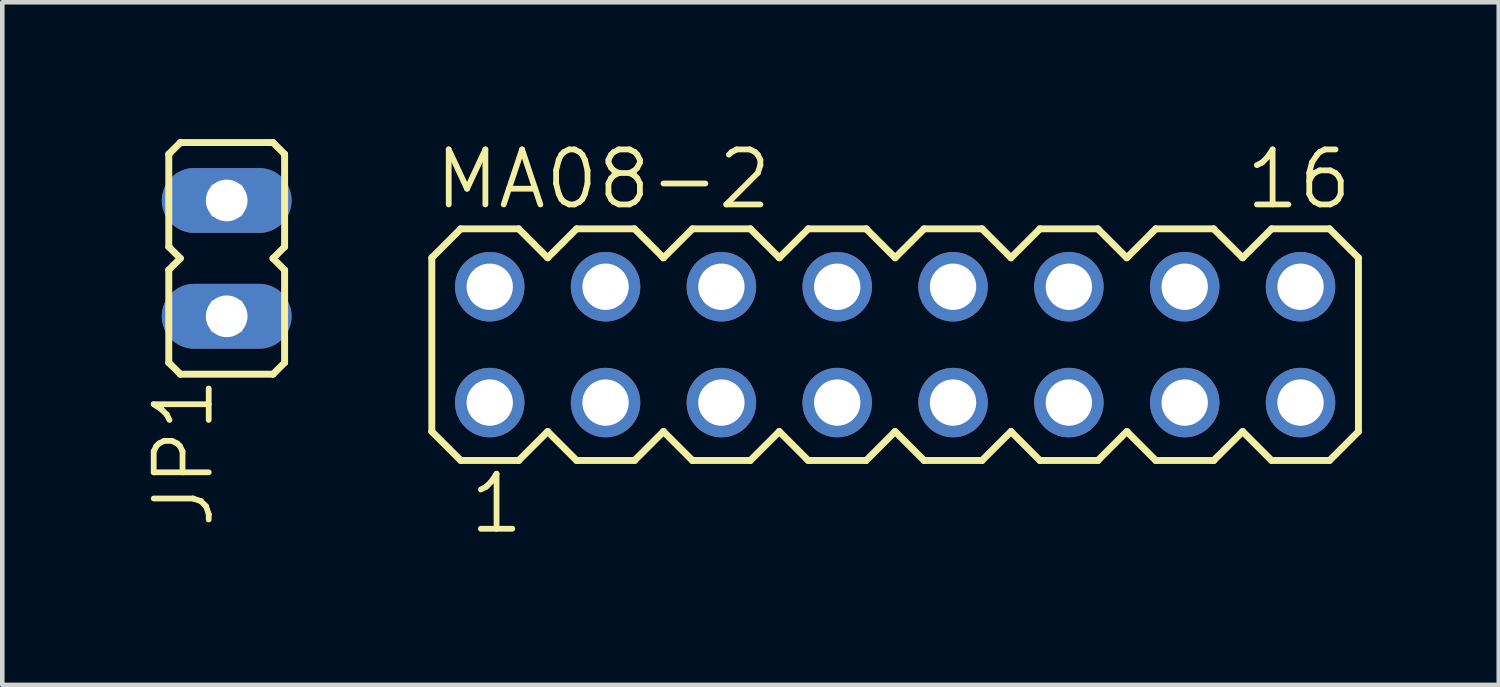
<source format=kicad_pcb>
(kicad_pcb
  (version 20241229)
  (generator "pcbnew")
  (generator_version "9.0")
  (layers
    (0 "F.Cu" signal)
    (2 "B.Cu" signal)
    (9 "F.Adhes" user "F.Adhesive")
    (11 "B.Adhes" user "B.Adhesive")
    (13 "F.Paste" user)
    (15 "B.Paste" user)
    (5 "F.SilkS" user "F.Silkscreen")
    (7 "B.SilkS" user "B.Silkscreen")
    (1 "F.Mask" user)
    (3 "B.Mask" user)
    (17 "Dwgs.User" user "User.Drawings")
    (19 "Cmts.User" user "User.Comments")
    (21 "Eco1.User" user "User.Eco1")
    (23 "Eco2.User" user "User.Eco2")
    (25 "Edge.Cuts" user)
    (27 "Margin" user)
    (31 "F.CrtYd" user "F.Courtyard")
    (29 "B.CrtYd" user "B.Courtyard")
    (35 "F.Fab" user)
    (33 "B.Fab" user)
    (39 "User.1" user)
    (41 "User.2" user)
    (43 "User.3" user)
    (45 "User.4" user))
  (footprint "JP1"
    (layer "F.Cu")
    (at 1.921 2.616)
    (property "Reference" "JP1" (at -1.651 2.54 90) (layer "F.SilkS") (effects (font (size 1.206 1.206) (thickness 0.127)) (justify right top)))
    (attr through_hole)
    (fp_line (start -1.27 -2.286) (end -1.27 -0.254) (stroke (width 0.152) (type solid)) (layer "F.SilkS"))
    (fp_line (start -1.27 -2.286) (end -1.016 -2.54) (stroke (width 0.152) (type solid)) (layer "F.SilkS"))
    (fp_line (start -1.27 0.254) (end -1.27 2.286) (stroke (width 0.152) (type solid)) (layer "F.SilkS"))
    (fp_line (start -1.016 0) (end -1.27 -0.254) (stroke (width 0.152) (type solid)) (layer "F.SilkS"))
    (fp_line (start -1.016 0) (end -1.27 0.254) (stroke (width 0.152) (type solid)) (layer "F.SilkS"))
    (fp_line (start -1.016 2.54) (end -1.27 2.286) (stroke (width 0.152) (type solid)) (layer "F.SilkS"))
    (fp_line (start -1.016 2.54) (end 1.016 2.54) (stroke (width 0.152) (type solid)) (layer "F.SilkS"))
    (fp_line (start 1.016 -2.54) (end -1.016 -2.54) (stroke (width 0.152) (type solid)) (layer "F.SilkS"))
    (fp_line (start 1.016 0) (end 1.27 -0.254) (stroke (width 0.152) (type solid)) (layer "F.SilkS"))
    (fp_line (start 1.016 0) (end 1.27 0.254) (stroke (width 0.152) (type solid)) (layer "F.SilkS"))
    (fp_line (start 1.016 2.54) (end 1.27 2.286) (stroke (width 0.152) (type solid)) (layer "F.SilkS"))
    (fp_line (start 1.27 -2.286) (end 1.016 -2.54) (stroke (width 0.152) (type solid)) (layer "F.SilkS"))
    (fp_line (start 1.27 -2.286) (end 1.27 -0.254) (stroke (width 0.152) (type solid)) (layer "F.SilkS"))
    (fp_line (start 1.27 0.254) (end 1.27 2.286) (stroke (width 0.152) (type solid)) (layer "F.SilkS"))
    (fp_poly (pts (xy -0.305 -0.965) (xy 0.305 -0.965) (xy 0.305 -1.575) (xy -0.305 -1.575)) (stroke (width 0.1) (type solid)) (fill no) (layer "F.Fab"))
    (fp_poly (pts (xy -0.305 1.575) (xy 0.305 1.575) (xy 0.305 0.965) (xy -0.305 0.965)) (stroke (width 0.1) (type solid)) (fill no) (layer "F.Fab"))
    (pad "1" thru_hole oval (at 0 1.27) (size 2.845 1.422) (drill 0.914) (layers "*.Cu" "*.Mask"))
    (pad "2" thru_hole oval (at 0 -1.27) (size 2.845 1.422) (drill 0.914) (layers "*.Cu" "*.Mask")))
  (footprint "MA08-2"
    (layer "F.Cu")
    (at 16.579 4.508)
    (property "Reference" "MA08-2" (at -10.16 -2.921 0) (layer "F.SilkS") (effects (font (size 1.206 1.206) (thickness 0.127)) (justify left bottom)))
    (attr through_hole)
    (fp_line (start -10.16 -1.905) (end -10.16 1.905) (stroke (width 0.152) (type solid)) (layer "F.SilkS"))
    (fp_line (start -10.16 1.905) (end -9.525 2.54) (stroke (width 0.152) (type solid)) (layer "F.SilkS"))
    (fp_line (start -9.525 -2.54) (end -10.16 -1.905) (stroke (width 0.152) (type solid)) (layer "F.SilkS"))
    (fp_line (start -9.525 -2.54) (end -8.255 -2.54) (stroke (width 0.152) (type solid)) (layer "F.SilkS"))
    (fp_line (start -8.255 -2.54) (end -7.62 -1.905) (stroke (width 0.152) (type solid)) (layer "F.SilkS"))
    (fp_line (start -8.255 2.54) (end -9.525 2.54) (stroke (width 0.152) (type solid)) (layer "F.SilkS"))
    (fp_line (start -7.62 -1.905) (end -6.985 -2.54) (stroke (width 0.152) (type solid)) (layer "F.SilkS"))
    (fp_line (start -7.62 1.905) (end -8.255 2.54) (stroke (width 0.152) (type solid)) (layer "F.SilkS"))
    (fp_line (start -6.985 -2.54) (end -5.715 -2.54) (stroke (width 0.152) (type solid)) (layer "F.SilkS"))
    (fp_line (start -6.985 2.54) (end -7.62 1.905) (stroke (width 0.152) (type solid)) (layer "F.SilkS"))
    (fp_line (start -5.715 -2.54) (end -5.08 -1.905) (stroke (width 0.152) (type solid)) (layer "F.SilkS"))
    (fp_line (start -5.715 2.54) (end -6.985 2.54) (stroke (width 0.152) (type solid)) (layer "F.SilkS"))
    (fp_line (start -5.08 -1.905) (end -4.445 -2.54) (stroke (width 0.152) (type solid)) (layer "F.SilkS"))
    (fp_line (start -5.08 1.905) (end -5.715 2.54) (stroke (width 0.152) (type solid)) (layer "F.SilkS"))
    (fp_line (start -4.445 -2.54) (end -3.175 -2.54) (stroke (width 0.152) (type solid)) (layer "F.SilkS"))
    (fp_line (start -4.445 2.54) (end -5.08 1.905) (stroke (width 0.152) (type solid)) (layer "F.SilkS"))
    (fp_line (start -3.175 -2.54) (end -2.54 -1.905) (stroke (width 0.152) (type solid)) (layer "F.SilkS"))
    (fp_line (start -3.175 2.54) (end -4.445 2.54) (stroke (width 0.152) (type solid)) (layer "F.SilkS"))
    (fp_line (start -2.54 1.905) (end -3.175 2.54) (stroke (width 0.152) (type solid)) (layer "F.SilkS"))
    (fp_line (start -2.54 1.905) (end -1.905 2.54) (stroke (width 0.152) (type solid)) (layer "F.SilkS"))
    (fp_line (start -1.905 -2.54) (end -2.54 -1.905) (stroke (width 0.152) (type solid)) (layer "F.SilkS"))
    (fp_line (start -1.905 -2.54) (end -0.635 -2.54) (stroke (width 0.152) (type solid)) (layer "F.SilkS"))
    (fp_line (start -0.635 -2.54) (end 0 -1.905) (stroke (width 0.152) (type solid)) (layer "F.SilkS"))
    (fp_line (start -0.635 2.54) (end -1.905 2.54) (stroke (width 0.152) (type solid)) (layer "F.SilkS"))
    (fp_line (start 0 -1.905) (end 0.635 -2.54) (stroke (width 0.152) (type solid)) (layer "F.SilkS"))
    (fp_line (start 0 1.905) (end -0.635 2.54) (stroke (width 0.152) (type solid)) (layer "F.SilkS"))
    (fp_line (start 0.635 -2.54) (end 1.905 -2.54) (stroke (width 0.152) (type solid)) (layer "F.SilkS"))
    (fp_line (start 0.635 2.54) (end 0 1.905) (stroke (width 0.152) (type solid)) (layer "F.SilkS"))
    (fp_line (start 1.905 -2.54) (end 2.54 -1.905) (stroke (width 0.152) (type solid)) (layer "F.SilkS"))
    (fp_line (start 1.905 2.54) (end 0.635 2.54) (stroke (width 0.152) (type solid)) (layer "F.SilkS"))
    (fp_line (start 2.54 -1.905) (end 3.175 -2.54) (stroke (width 0.152) (type solid)) (layer "F.SilkS"))
    (fp_line (start 2.54 1.905) (end 1.905 2.54) (stroke (width 0.152) (type solid)) (layer "F.SilkS"))
    (fp_line (start 3.175 -2.54) (end 4.445 -2.54) (stroke (width 0.152) (type solid)) (layer "F.SilkS"))
    (fp_line (start 3.175 2.54) (end 2.54 1.905) (stroke (width 0.152) (type solid)) (layer "F.SilkS"))
    (fp_line (start 4.445 -2.54) (end 5.08 -1.905) (stroke (width 0.152) (type solid)) (layer "F.SilkS"))
    (fp_line (start 4.445 2.54) (end 3.175 2.54) (stroke (width 0.152) (type solid)) (layer "F.SilkS"))
    (fp_line (start 5.08 1.905) (end 4.445 2.54) (stroke (width 0.152) (type solid)) (layer "F.SilkS"))
    (fp_line (start 5.08 1.905) (end 5.715 2.54) (stroke (width 0.152) (type solid)) (layer "F.SilkS"))
    (fp_line (start 5.715 -2.54) (end 5.08 -1.905) (stroke (width 0.152) (type solid)) (layer "F.SilkS"))
    (fp_line (start 5.715 -2.54) (end 6.985 -2.54) (stroke (width 0.152) (type solid)) (layer "F.SilkS"))
    (fp_line (start 6.985 -2.54) (end 7.62 -1.905) (stroke (width 0.152) (type solid)) (layer "F.SilkS"))
    (fp_line (start 6.985 2.54) (end 5.715 2.54) (stroke (width 0.152) (type solid)) (layer "F.SilkS"))
    (fp_line (start 7.62 -1.905) (end 8.255 -2.54) (stroke (width 0.152) (type solid)) (layer "F.SilkS"))
    (fp_line (start 7.62 1.905) (end 6.985 2.54) (stroke (width 0.152) (type solid)) (layer "F.SilkS"))
    (fp_line (start 8.255 -2.54) (end 9.525 -2.54) (stroke (width 0.152) (type solid)) (layer "F.SilkS"))
    (fp_line (start 8.255 2.54) (end 7.62 1.905) (stroke (width 0.152) (type solid)) (layer "F.SilkS"))
    (fp_line (start 9.525 -2.54) (end 10.16 -1.905) (stroke (width 0.152) (type solid)) (layer "F.SilkS"))
    (fp_line (start 9.525 2.54) (end 8.255 2.54) (stroke (width 0.152) (type solid)) (layer "F.SilkS"))
    (fp_line (start 10.16 -1.905) (end 10.16 1.905) (stroke (width 0.152) (type solid)) (layer "F.SilkS"))
    (fp_line (start 10.16 1.905) (end 9.525 2.54) (stroke (width 0.152) (type solid)) (layer "F.SilkS"))
    (fp_poly (pts (xy -9.144 -1.016) (xy -8.636 -1.016) (xy -8.636 -1.524) (xy -9.144 -1.524)) (stroke (width 0.1) (type solid)) (fill no) (layer "F.Fab"))
    (fp_poly (pts (xy -9.144 1.524) (xy -8.636 1.524) (xy -8.636 1.016) (xy -9.144 1.016)) (stroke (width 0.1) (type solid)) (fill no) (layer "F.Fab"))
    (fp_poly (pts (xy -6.604 -1.016) (xy -6.096 -1.016) (xy -6.096 -1.524) (xy -6.604 -1.524)) (stroke (width 0.1) (type solid)) (fill no) (layer "F.Fab"))
    (fp_poly (pts (xy -6.604 1.524) (xy -6.096 1.524) (xy -6.096 1.016) (xy -6.604 1.016)) (stroke (width 0.1) (type solid)) (fill no) (layer "F.Fab"))
    (fp_poly (pts (xy -4.064 -1.016) (xy -3.556 -1.016) (xy -3.556 -1.524) (xy -4.064 -1.524)) (stroke (width 0.1) (type solid)) (fill no) (layer "F.Fab"))
    (fp_poly (pts (xy -4.064 1.524) (xy -3.556 1.524) (xy -3.556 1.016) (xy -4.064 1.016)) (stroke (width 0.1) (type solid)) (fill no) (layer "F.Fab"))
    (fp_poly (pts (xy -1.524 -1.016) (xy -1.016 -1.016) (xy -1.016 -1.524) (xy -1.524 -1.524)) (stroke (width 0.1) (type solid)) (fill no) (layer "F.Fab"))
    (fp_poly (pts (xy -1.524 1.524) (xy -1.016 1.524) (xy -1.016 1.016) (xy -1.524 1.016)) (stroke (width 0.1) (type solid)) (fill no) (layer "F.Fab"))
    (fp_poly (pts (xy 1.016 -1.016) (xy 1.524 -1.016) (xy 1.524 -1.524) (xy 1.016 -1.524)) (stroke (width 0.1) (type solid)) (fill no) (layer "F.Fab"))
    (fp_poly (pts (xy 1.016 1.524) (xy 1.524 1.524) (xy 1.524 1.016) (xy 1.016 1.016)) (stroke (width 0.1) (type solid)) (fill no) (layer "F.Fab"))
    (fp_poly (pts (xy 3.556 -1.016) (xy 4.064 -1.016) (xy 4.064 -1.524) (xy 3.556 -1.524)) (stroke (width 0.1) (type solid)) (fill no) (layer "F.Fab"))
    (fp_poly (pts (xy 3.556 1.524) (xy 4.064 1.524) (xy 4.064 1.016) (xy 3.556 1.016)) (stroke (width 0.1) (type solid)) (fill no) (layer "F.Fab"))
    (fp_poly (pts (xy 6.096 -1.016) (xy 6.604 -1.016) (xy 6.604 -1.524) (xy 6.096 -1.524)) (stroke (width 0.1) (type solid)) (fill no) (layer "F.Fab"))
    (fp_poly (pts (xy 6.096 1.524) (xy 6.604 1.524) (xy 6.604 1.016) (xy 6.096 1.016)) (stroke (width 0.1) (type solid)) (fill no) (layer "F.Fab"))
    (fp_poly (pts (xy 8.636 -1.016) (xy 9.144 -1.016) (xy 9.144 -1.524) (xy 8.636 -1.524)) (stroke (width 0.1) (type solid)) (fill no) (layer "F.Fab"))
    (fp_poly (pts (xy 8.636 1.524) (xy 9.144 1.524) (xy 9.144 1.016) (xy 8.636 1.016)) (stroke (width 0.1) (type solid)) (fill no) (layer "F.Fab"))
    (fp_text user "16" (at 7.62 -2.921 0) (layer "F.SilkS") (effects (font (size 1.206 1.206) (thickness 0.127)) (justify left bottom)))
    (fp_text user "1" (at -9.398 4.191 0) (layer "F.SilkS") (effects (font (size 1.206 1.206) (thickness 0.127)) (justify left bottom)))
    (pad "1" thru_hole circle (at -8.89 1.27) (size 1.524 1.524) (drill 1.016) (layers "*.Cu" "*.Mask"))
    (pad "2" thru_hole circle (at -8.89 -1.27) (size 1.524 1.524) (drill 1.016) (layers "*.Cu" "*.Mask"))
    (pad "3" thru_hole circle (at -6.35 1.27) (size 1.524 1.524) (drill 1.016) (layers "*.Cu" "*.Mask"))
    (pad "4" thru_hole circle (at -6.35 -1.27) (size 1.524 1.524) (drill 1.016) (layers "*.Cu" "*.Mask"))
    (pad "5" thru_hole circle (at -3.81 1.27) (size 1.524 1.524) (drill 1.016) (layers "*.Cu" "*.Mask"))
    (pad "6" thru_hole circle (at -3.81 -1.27) (size 1.524 1.524) (drill 1.016) (layers "*.Cu" "*.Mask"))
    (pad "7" thru_hole circle (at -1.27 1.27) (size 1.524 1.524) (drill 1.016) (layers "*.Cu" "*.Mask"))
    (pad "8" thru_hole circle (at -1.27 -1.27) (size 1.524 1.524) (drill 1.016) (layers "*.Cu" "*.Mask"))
    (pad "9" thru_hole circle (at 1.27 1.27) (size 1.524 1.524) (drill 1.016) (layers "*.Cu" "*.Mask"))
    (pad "10" thru_hole circle (at 1.27 -1.27) (size 1.524 1.524) (drill 1.016) (layers "*.Cu" "*.Mask"))
    (pad "11" thru_hole circle (at 3.81 1.27) (size 1.524 1.524) (drill 1.016) (layers "*.Cu" "*.Mask"))
    (pad "12" thru_hole circle (at 3.81 -1.27) (size 1.524 1.524) (drill 1.016) (layers "*.Cu" "*.Mask"))
    (pad "13" thru_hole circle (at 6.35 1.27) (size 1.524 1.524) (drill 1.016) (layers "*.Cu" "*.Mask"))
    (pad "14" thru_hole circle (at 6.35 -1.27) (size 1.524 1.524) (drill 1.016) (layers "*.Cu" "*.Mask"))
    (pad "15" thru_hole circle (at 8.89 1.27) (size 1.524 1.524) (drill 1.016) (layers "*.Cu" "*.Mask"))
    (pad "16" thru_hole circle (at 8.89 -1.27) (size 1.524 1.524) (drill 1.016) (layers "*.Cu" "*.Mask")))
  (gr_rect
    (start -3 -3)
    (end 29.816 11.969)
    (stroke (width 0.1) (type default))
    (fill no)
    (layer "Edge.Cuts")))
</source>
